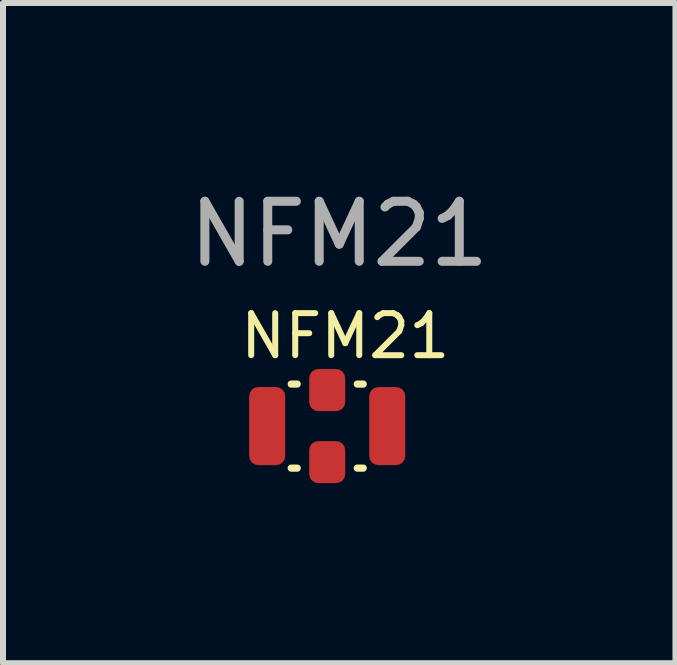
<source format=kicad_pcb>
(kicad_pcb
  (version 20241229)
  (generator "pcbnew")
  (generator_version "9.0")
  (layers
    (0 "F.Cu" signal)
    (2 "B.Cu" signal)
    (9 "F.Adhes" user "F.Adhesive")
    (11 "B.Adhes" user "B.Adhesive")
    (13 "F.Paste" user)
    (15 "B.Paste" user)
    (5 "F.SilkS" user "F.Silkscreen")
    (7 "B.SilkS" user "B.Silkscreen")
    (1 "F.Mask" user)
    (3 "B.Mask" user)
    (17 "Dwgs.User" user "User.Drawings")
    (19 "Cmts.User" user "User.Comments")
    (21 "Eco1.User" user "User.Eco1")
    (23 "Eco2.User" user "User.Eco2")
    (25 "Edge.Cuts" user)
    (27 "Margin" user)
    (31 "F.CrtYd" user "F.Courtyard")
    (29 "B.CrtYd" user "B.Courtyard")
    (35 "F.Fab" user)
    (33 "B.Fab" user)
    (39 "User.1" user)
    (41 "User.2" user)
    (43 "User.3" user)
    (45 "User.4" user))
  (footprint "NFM21"
    (layer "F.Cu")
    (at 2.401 4.048)
    (property "Reference" "NFM21" (at 0.3 -1.5 0) (unlocked yes) (layer "F.SilkS") (effects (font (size 0.7 0.7) (thickness 0.1))))
    (attr smd)
    (fp_line (start -0.6 -0.7) (end -0.5 -0.7) (stroke (width 0.12) (type default)) (layer "F.SilkS"))
    (fp_line (start -0.6 0.7) (end -0.5 0.7) (stroke (width 0.12) (type default)) (layer "F.SilkS"))
    (fp_line (start 0.5 -0.7) (end 0.6 -0.7) (stroke (width 0.12) (type default)) (layer "F.SilkS"))
    (fp_line (start 0.5 0.7) (end 0.6 0.7) (stroke (width 0.12) (type default)) (layer "F.SilkS"))
    (fp_text user "${REFERENCE}" (at 0.2 -3.2 0) (unlocked yes) (layer "F.Fab") (effects (font (size 1 1) (thickness 0.15))))
    (pad "1" smd roundrect (at -1 0) (size 0.6 1.3) (layers "F.Cu" "F.Mask" "F.Paste") (roundrect_rratio 0.25))
    (pad "2" smd roundrect (at 0 -0.6) (size 0.6 0.7) (layers "F.Cu" "F.Mask" "F.Paste") (roundrect_rratio 0.25))
    (pad "2" smd roundrect (at 0 0.6) (size 0.6 0.7) (layers "F.Cu" "F.Mask" "F.Paste") (roundrect_rratio 0.25))
    (pad "3" smd roundrect (at 1 0) (size 0.6 1.3) (layers "F.Cu" "F.Mask" "F.Paste") (roundrect_rratio 0.25)))
  (gr_rect
    (start -3 -3)
    (end 8.202 7.998)
    (stroke (width 0.1) (type default))
    (fill no)
    (layer "Edge.Cuts")))
</source>
